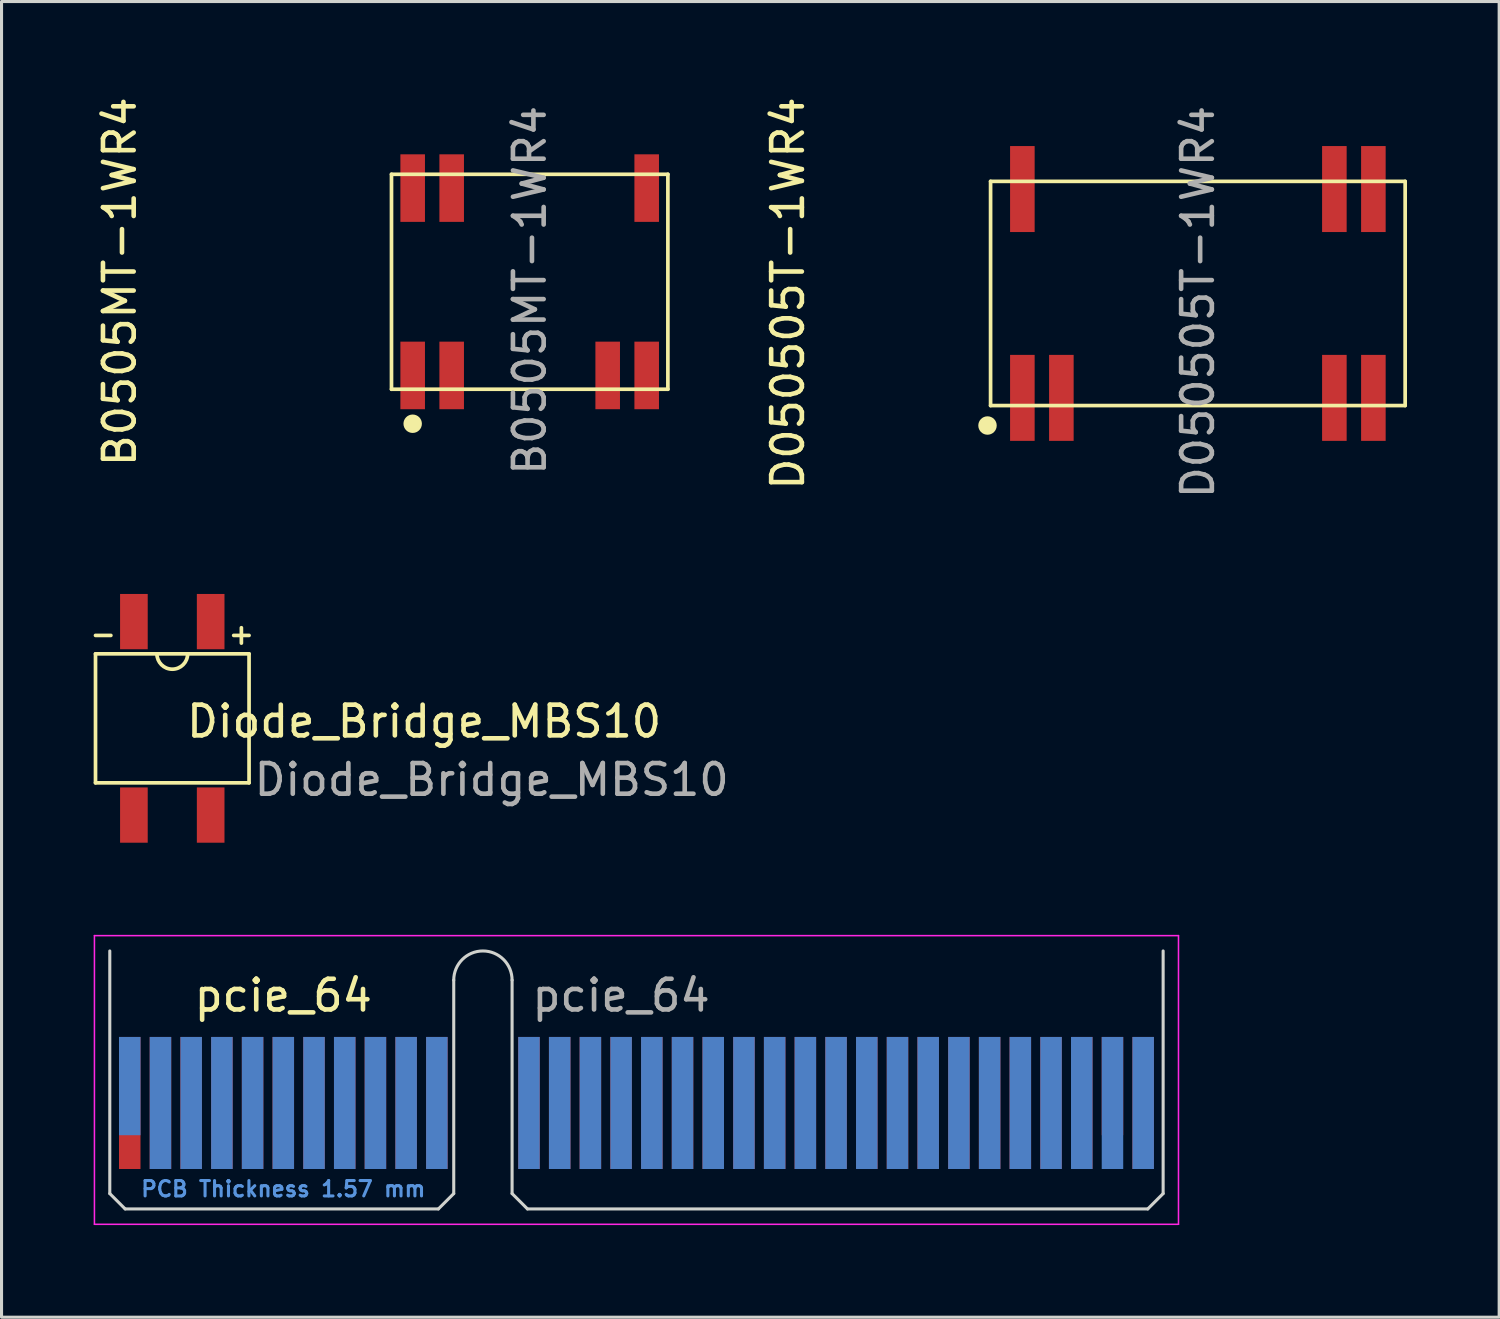
<source format=kicad_pcb>
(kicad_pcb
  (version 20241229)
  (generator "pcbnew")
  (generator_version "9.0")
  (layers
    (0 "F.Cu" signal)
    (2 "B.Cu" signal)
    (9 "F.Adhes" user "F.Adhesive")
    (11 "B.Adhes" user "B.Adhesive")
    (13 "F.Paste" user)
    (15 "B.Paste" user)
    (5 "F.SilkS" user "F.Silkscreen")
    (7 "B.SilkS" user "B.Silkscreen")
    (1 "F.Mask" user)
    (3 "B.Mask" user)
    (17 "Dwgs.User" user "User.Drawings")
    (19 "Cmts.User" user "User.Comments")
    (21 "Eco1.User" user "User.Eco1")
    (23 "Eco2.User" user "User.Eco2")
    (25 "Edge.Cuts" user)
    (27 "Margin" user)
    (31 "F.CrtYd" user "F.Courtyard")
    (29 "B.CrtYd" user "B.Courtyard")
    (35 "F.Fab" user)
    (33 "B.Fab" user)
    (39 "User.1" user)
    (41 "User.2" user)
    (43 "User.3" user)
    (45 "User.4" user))
  (footprint "D050505T-1WR4"
    (layer "F.Cu")
    (at 35.956 6.506)
    (property "Reference" "D050505T-1WR4" (at -13.35 0 90) (layer "F.SilkS") (effects (font (size 1 1) (thickness 0.15))))
    (attr smd)
    (fp_line (start -6.75 -3.65) (end -6.75 3.65) (stroke (width 0.12) (type solid)) (layer "F.SilkS"))
    (fp_line (start -6.75 -3.65) (end 6.75 -3.65) (stroke (width 0.12) (type solid)) (layer "F.SilkS"))
    (fp_line (start -6.75 3.65) (end 6.75 3.65) (stroke (width 0.12) (type solid)) (layer "F.SilkS"))
    (fp_line (start 6.75 -3.65) (end 6.75 3.65) (stroke (width 0.12) (type solid)) (layer "F.SilkS"))
    (fp_circle (center -6.85 4.3) (end -6.55 4.3) (stroke (width 0) (type solid)) (fill yes) (layer "F.SilkS"))
    (fp_text user "${REFERENCE}" (at 0 0.279 90) (layer "F.Fab") (effects (font (size 1 1) (thickness 0.15))))
    (pad "1" smd rect (at -5.715 3.4) (size 0.8 2.8) (layers "F.Cu" "F.Mask" "F.Paste"))
    (pad "2" smd rect (at -4.445 3.4) (size 0.8 2.8) (layers "F.Cu" "F.Mask" "F.Paste"))
    (pad "9" smd rect (at 4.445 3.4) (size 0.8 2.8) (layers "F.Cu" "F.Mask" "F.Paste"))
    (pad "10" smd rect (at 5.715 3.4) (size 0.8 2.8) (layers "F.Cu" "F.Mask" "F.Paste"))
    (pad "11" smd rect (at 5.715 -3.4) (size 0.8 2.8) (layers "F.Cu" "F.Mask" "F.Paste"))
    (pad "12" smd rect (at 4.445 -3.4) (size 0.8 2.8) (layers "F.Cu" "F.Mask" "F.Paste"))
    (pad "20" smd rect (at -5.715 -3.4) (size 0.8 2.8) (layers "F.Cu" "F.Mask" "F.Paste")))
  (footprint "pcie_64"
    (layer "F.Cu")
    (at 0.525 36.316)
    (property "Reference" "pcie_64" (at 5.65 -6.95 0) (layer "F.SilkS") (effects (font (size 1 1) (thickness 0.15))))
    (attr exclude_from_pos_files exclude_from_bom)
    (fp_line (start 0 -8.4) (end 0 -0.5) (stroke (width 0.1) (type solid)) (layer "Edge.Cuts"))
    (fp_line (start 0 -0.5) (end 0.5 0) (stroke (width 0.1) (type solid)) (layer "Edge.Cuts"))
    (fp_line (start 0.5 0) (end 10.7 0) (stroke (width 0.1) (type solid)) (layer "Edge.Cuts"))
    (fp_line (start 11.2 -7.45) (end 11.2 -0.5) (stroke (width 0.1) (type solid)) (layer "Edge.Cuts"))
    (fp_line (start 11.2 -0.5) (end 10.7 0) (stroke (width 0.1) (type solid)) (layer "Edge.Cuts"))
    (fp_line (start 13.1 -7.45) (end 13.1 -0.5) (stroke (width 0.1) (type solid)) (layer "Edge.Cuts"))
    (fp_line (start 13.1 -0.5) (end 13.6 0) (stroke (width 0.1) (type solid)) (layer "Edge.Cuts"))
    (fp_line (start 13.6 0) (end 33.8 0) (stroke (width 0.1) (type solid)) (layer "Edge.Cuts"))
    (fp_line (start 34.3 -8.4) (end 34.3 -0.5) (stroke (width 0.1) (type solid)) (layer "Edge.Cuts"))
    (fp_line (start 34.3 -0.5) (end 33.8 0) (stroke (width 0.1) (type solid)) (layer "Edge.Cuts"))
    (fp_arc (start 11.2 -7.45) (mid 12.15 -8.4) (end 13.1 -7.45) (stroke (width 0.1) (type solid)) (layer "Edge.Cuts"))
    (fp_line (start -0.5 -8.9) (end -0.5 0.5) (stroke (width 0.05) (type solid)) (layer "F.CrtYd"))
    (fp_line (start -0.5 -8.9) (end 34.8 -8.9) (stroke (width 0.05) (type solid)) (layer "F.CrtYd"))
    (fp_line (start 34.8 0.5) (end -0.5 0.5) (stroke (width 0.05) (type solid)) (layer "F.CrtYd"))
    (fp_line (start 34.8 0.5) (end 34.8 -8.9) (stroke (width 0.05) (type solid)) (layer "F.CrtYd"))
    (fp_text user "PCB Thickness 1.57 mm" (at 5.65 -0.65 180) (layer "Cmts.User") (effects (font (size 0.5 0.5) (thickness 0.1))))
    (fp_text user "${REFERENCE}" (at 16.65 -6.95 0) (layer "F.Fab") (effects (font (size 1 1) (thickness 0.15))))
    (pad "A1" connect rect (at 0.65 -4) (size 0.7 3.2) (layers "B.Cu" "B.Mask"))
    (pad "A2" connect rect (at 1.65 -3.45) (size 0.7 4.3) (layers "B.Cu" "B.Mask"))
    (pad "A3" connect rect (at 2.65 -3.45) (size 0.7 4.3) (layers "B.Cu" "B.Mask"))
    (pad "A4" connect rect (at 3.65 -3.45) (size 0.7 4.3) (layers "B.Cu" "B.Mask"))
    (pad "A5" connect rect (at 4.65 -3.45) (size 0.7 4.3) (layers "B.Cu" "B.Mask"))
    (pad "A6" connect rect (at 5.65 -3.45) (size 0.7 4.3) (layers "B.Cu" "B.Mask"))
    (pad "A7" connect rect (at 6.65 -3.45) (size 0.7 4.3) (layers "B.Cu" "B.Mask"))
    (pad "A8" connect rect (at 7.65 -3.45) (size 0.7 4.3) (layers "B.Cu" "B.Mask"))
    (pad "A9" connect rect (at 8.65 -3.45) (size 0.7 4.3) (layers "B.Cu" "B.Mask"))
    (pad "A10" connect rect (at 9.65 -3.45) (size 0.7 4.3) (layers "B.Cu" "B.Mask"))
    (pad "A11" connect rect (at 10.65 -3.45) (size 0.7 4.3) (layers "B.Cu" "B.Mask"))
    (pad "A12" connect rect (at 13.65 -3.45) (size 0.7 4.3) (layers "B.Cu" "B.Mask"))
    (pad "A13" connect rect (at 14.65 -3.45) (size 0.7 4.3) (layers "B.Cu" "B.Mask"))
    (pad "A14" connect rect (at 15.65 -3.45) (size 0.7 4.3) (layers "B.Cu" "B.Mask"))
    (pad "A15" connect rect (at 16.65 -3.45) (size 0.7 4.3) (layers "B.Cu" "B.Mask"))
    (pad "A16" connect rect (at 17.65 -3.45) (size 0.7 4.3) (layers "B.Cu" "B.Mask"))
    (pad "A17" connect rect (at 18.65 -3.45) (size 0.7 4.3) (layers "B.Cu" "B.Mask"))
    (pad "A18" connect rect (at 19.65 -3.45) (size 0.7 4.3) (layers "B.Cu" "B.Mask"))
    (pad "A19" connect rect (at 20.65 -3.45) (size 0.7 4.3) (layers "B.Cu" "B.Mask"))
    (pad "A20" connect rect (at 21.65 -3.45) (size 0.7 4.3) (layers "B.Cu" "B.Mask"))
    (pad "A21" connect rect (at 22.65 -3.45) (size 0.7 4.3) (layers "B.Cu" "B.Mask"))
    (pad "A22" connect rect (at 23.65 -3.45) (size 0.7 4.3) (layers "B.Cu" "B.Mask"))
    (pad "A23" connect rect (at 24.65 -3.45) (size 0.7 4.3) (layers "B.Cu" "B.Mask"))
    (pad "A24" connect rect (at 25.65 -3.45) (size 0.7 4.3) (layers "B.Cu" "B.Mask"))
    (pad "A25" connect rect (at 26.65 -3.45) (size 0.7 4.3) (layers "B.Cu" "B.Mask"))
    (pad "A26" connect rect (at 27.65 -3.45) (size 0.7 4.3) (layers "B.Cu" "B.Mask"))
    (pad "A27" connect rect (at 28.65 -3.45) (size 0.7 4.3) (layers "B.Cu" "B.Mask"))
    (pad "A28" connect rect (at 29.65 -3.45) (size 0.7 4.3) (layers "B.Cu" "B.Mask"))
    (pad "A29" connect rect (at 30.65 -3.45) (size 0.7 4.3) (layers "B.Cu" "B.Mask"))
    (pad "A30" connect rect (at 31.65 -3.45) (size 0.7 4.3) (layers "B.Cu" "B.Mask"))
    (pad "A31" connect rect (at 32.65 -3.45) (size 0.7 4.3) (layers "B.Cu" "B.Mask"))
    (pad "A32" connect rect (at 33.65 -3.45) (size 0.7 4.3) (layers "B.Cu" "B.Mask"))
    (pad "B1" connect rect (at 0.65 -3.45) (size 0.7 4.3) (layers "F.Cu" "F.Mask"))
    (pad "B2" connect rect (at 1.65 -3.45) (size 0.7 4.3) (layers "F.Cu" "F.Mask"))
    (pad "B3" connect rect (at 2.65 -3.45) (size 0.7 4.3) (layers "F.Cu" "F.Mask"))
    (pad "B4" connect rect (at 3.65 -3.45) (size 0.7 4.3) (layers "F.Cu" "F.Mask"))
    (pad "B5" connect rect (at 4.65 -3.45) (size 0.7 4.3) (layers "F.Cu" "F.Mask"))
    (pad "B6" connect rect (at 5.65 -3.45) (size 0.7 4.3) (layers "F.Cu" "F.Mask"))
    (pad "B7" connect rect (at 6.65 -3.45) (size 0.7 4.3) (layers "F.Cu" "F.Mask"))
    (pad "B8" connect rect (at 7.65 -3.45) (size 0.7 4.3) (layers "F.Cu" "F.Mask"))
    (pad "B9" connect rect (at 8.65 -3.45) (size 0.7 4.3) (layers "F.Cu" "F.Mask"))
    (pad "B10" connect rect (at 9.65 -3.45) (size 0.7 4.3) (layers "F.Cu" "F.Mask"))
    (pad "B11" connect rect (at 10.65 -3.45) (size 0.7 4.3) (layers "F.Cu" "F.Mask"))
    (pad "B12" connect rect (at 13.65 -3.45) (size 0.7 4.3) (layers "F.Cu" "F.Mask"))
    (pad "B13" connect rect (at 14.65 -3.45) (size 0.7 4.3) (layers "F.Cu" "F.Mask"))
    (pad "B14" connect rect (at 15.65 -3.45) (size 0.7 4.3) (layers "F.Cu" "F.Mask"))
    (pad "B15" connect rect (at 16.65 -3.45) (size 0.7 4.3) (layers "F.Cu" "F.Mask"))
    (pad "B16" connect rect (at 17.65 -3.45) (size 0.7 4.3) (layers "F.Cu" "F.Mask"))
    (pad "B17" connect rect (at 18.65 -3.45) (size 0.7 4.3) (layers "F.Cu" "F.Mask"))
    (pad "B18" connect rect (at 19.65 -3.45) (size 0.7 4.3) (layers "F.Cu" "F.Mask"))
    (pad "B19" connect rect (at 20.65 -3.45) (size 0.7 4.3) (layers "F.Cu" "F.Mask"))
    (pad "B20" connect rect (at 21.65 -3.45) (size 0.7 4.3) (layers "F.Cu" "F.Mask"))
    (pad "B21" connect rect (at 22.65 -3.45) (size 0.7 4.3) (layers "F.Cu" "F.Mask"))
    (pad "B22" connect rect (at 23.65 -3.45) (size 0.7 4.3) (layers "F.Cu" "F.Mask"))
    (pad "B23" connect rect (at 24.65 -3.45) (size 0.7 4.3) (layers "F.Cu" "F.Mask"))
    (pad "B24" connect rect (at 25.65 -3.45) (size 0.7 4.3) (layers "F.Cu" "F.Mask"))
    (pad "B25" connect rect (at 26.65 -3.45) (size 0.7 4.3) (layers "F.Cu" "F.Mask"))
    (pad "B26" connect rect (at 27.65 -3.45) (size 0.7 4.3) (layers "F.Cu" "F.Mask"))
    (pad "B27" connect rect (at 28.65 -3.45) (size 0.7 4.3) (layers "F.Cu" "F.Mask"))
    (pad "B28" connect rect (at 29.65 -3.45) (size 0.7 4.3) (layers "F.Cu" "F.Mask"))
    (pad "B29" connect rect (at 30.65 -3.45) (size 0.7 4.3) (layers "F.Cu" "F.Mask"))
    (pad "B30" connect rect (at 31.65 -3.45) (size 0.7 4.3) (layers "F.Cu" "F.Mask"))
    (pad "B31" connect rect (at 32.65 -4) (size 0.7 3.2) (layers "F.Cu" "F.Mask"))
    (pad "B32" connect rect (at 33.65 -3.45) (size 0.7 4.3) (layers "F.Cu" "F.Mask")))
  (footprint "B0505MT-1WR4"
    (layer "F.Cu")
    (at 14.198 6.125)
    (property "Reference" "B0505MT-1WR4" (at -13.35 0 90) (layer "F.SilkS") (effects (font (size 1 1) (thickness 0.15))))
    (attr smd)
    (fp_line (start -4.5 -3.5) (end -4.5 3.5) (stroke (width 0.12) (type solid)) (layer "F.SilkS"))
    (fp_line (start -4.5 -3.5) (end 4.5 -3.5) (stroke (width 0.12) (type solid)) (layer "F.SilkS"))
    (fp_line (start -4.5 3.5) (end 4.5 3.5) (stroke (width 0.12) (type solid)) (layer "F.SilkS"))
    (fp_line (start 4.5 -3.5) (end 4.5 3.5) (stroke (width 0.12) (type solid)) (layer "F.SilkS"))
    (fp_circle (center -3.81 4.623) (end -3.51 4.623) (stroke (width 0) (type solid)) (fill yes) (layer "F.SilkS"))
    (fp_text user "${REFERENCE}" (at 0 0.279 90) (layer "F.Fab") (effects (font (size 1 1) (thickness 0.15))))
    (pad "1" smd rect (at -3.81 3.05) (size 0.8 2.2) (layers "F.Cu" "F.Mask" "F.Paste"))
    (pad "2" smd rect (at -2.54 3.05) (size 0.8 2.2) (layers "F.Cu" "F.Mask" "F.Paste"))
    (pad "6" smd rect (at 2.54 3.05) (size 0.8 2.2) (layers "F.Cu" "F.Mask" "F.Paste"))
    (pad "7" smd rect (at 3.81 3.05) (size 0.8 2.2) (layers "F.Cu" "F.Mask" "F.Paste"))
    (pad "8" smd rect (at 3.81 -3.05) (size 0.8 2.2) (layers "F.Cu" "F.Mask" "F.Paste"))
    (pad "13" smd rect (at -2.54 -3.05) (size 0.8 2.2) (layers "F.Cu" "F.Mask" "F.Paste"))
    (pad "14" smd rect (at -3.81 -3.05) (size 0.8 2.2) (layers "F.Cu" "F.Mask" "F.Paste")))
  (footprint "Diode_Bridge_MBS10"
    (layer "F.Cu")
    (at 2.56 20.341)
    (property "Reference" "Diode_Bridge_MBS10" (at 8.2 0.1 180) (layer "F.SilkS") (effects (font (size 1 1) (thickness 0.15))))
    (attr smd)
    (fp_line (start -2.5 -2.7) (end -2 -2.7) (stroke (width 0.12) (type solid)) (layer "F.SilkS"))
    (fp_line (start -2.5 -2.1) (end -2.5 2.1) (stroke (width 0.12) (type solid)) (layer "F.SilkS"))
    (fp_line (start -2.5 -2.1) (end 2.5 -2.1) (stroke (width 0.12) (type solid)) (layer "F.SilkS"))
    (fp_line (start 2 -2.7) (end 2.5 -2.7) (stroke (width 0.12) (type solid)) (layer "F.SilkS"))
    (fp_line (start 2.25 -2.45) (end 2.25 -2.95) (stroke (width 0.12) (type solid)) (layer "F.SilkS"))
    (fp_line (start 2.5 -2.1) (end 2.5 2.1) (stroke (width 0.12) (type solid)) (layer "F.SilkS"))
    (fp_line (start 2.5 2.1) (end -2.5 2.1) (stroke (width 0.12) (type solid)) (layer "F.SilkS"))
    (fp_arc (start 0.5 -2.1) (mid 0 -1.6) (end -0.5 -2.1) (stroke (width 0.12) (type solid)) (layer "F.SilkS"))
    (fp_text user "${REFERENCE}" (at 10.4 2 180) (layer "F.Fab") (effects (font (size 1 1) (thickness 0.15))))
    (pad "1" smd rect (at 1.25 -3.15 90) (size 1.8 0.9) (layers "F.Cu" "F.Mask" "F.Paste"))
    (pad "2" smd rect (at -1.25 -3.15 90) (size 1.8 0.9) (layers "F.Cu" "F.Mask" "F.Paste"))
    (pad "3" smd rect (at -1.25 3.15 90) (size 1.8 0.9) (layers "F.Cu" "F.Mask" "F.Paste"))
    (pad "4" smd rect (at 1.25 3.15 90) (size 1.8 0.9) (layers "F.Cu" "F.Mask" "F.Paste")))
  (gr_rect
    (start -3 -3)
    (end 45.767 39.841)
    (stroke (width 0.1) (type default))
    (fill no)
    (layer "Edge.Cuts")))
</source>
